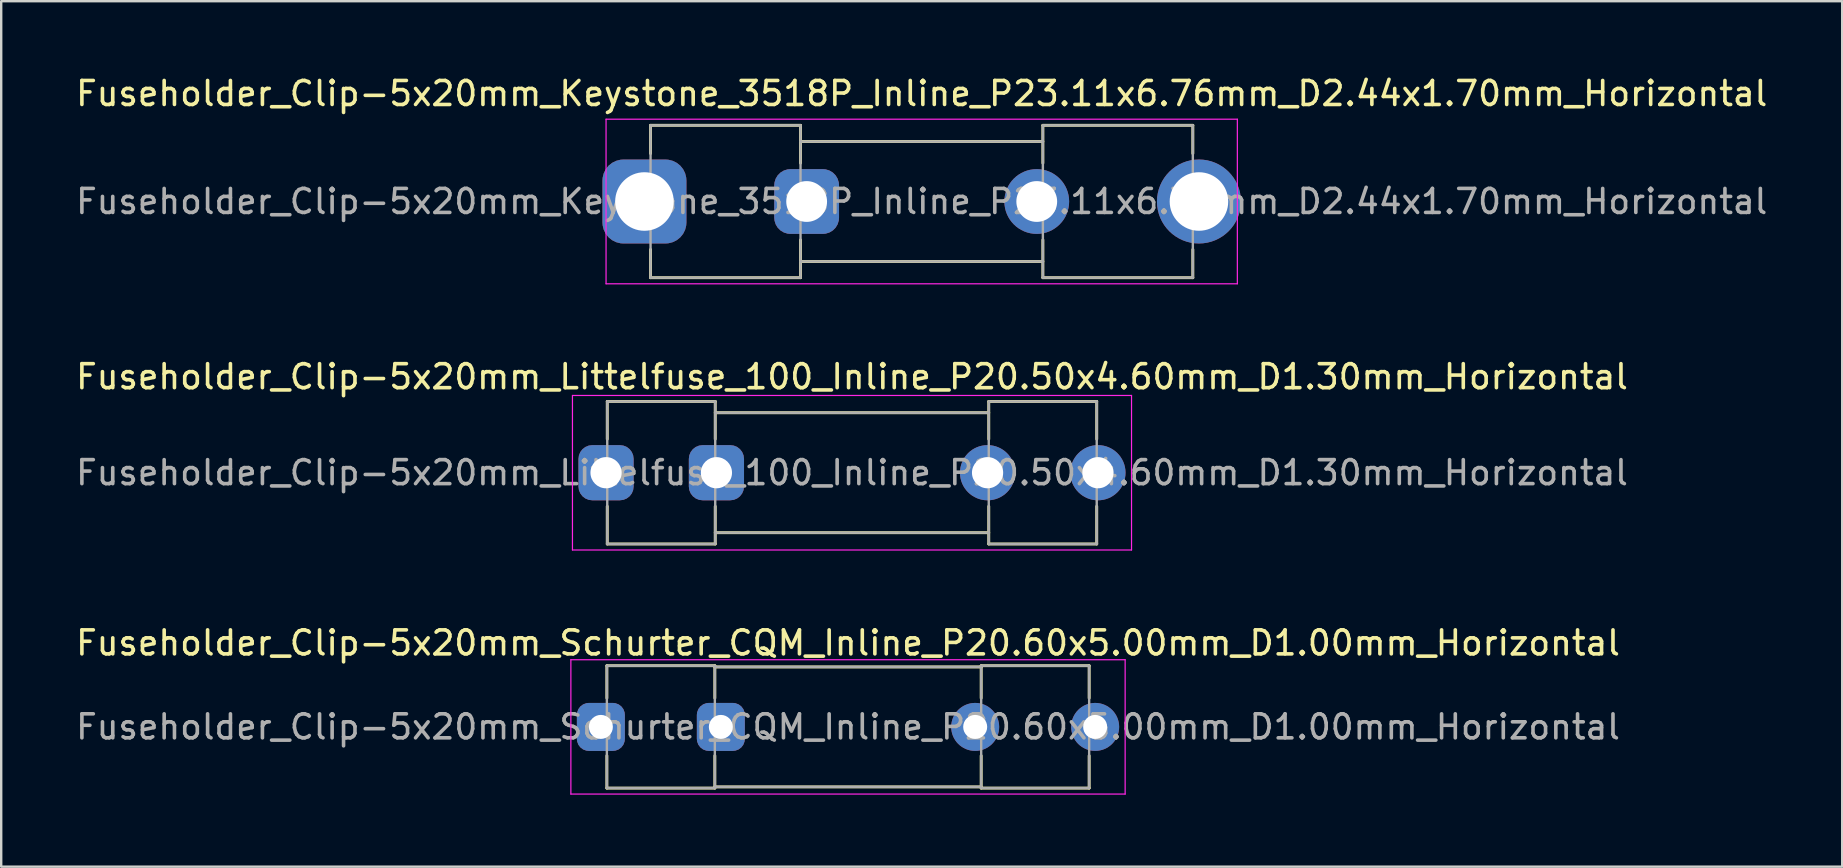
<source format=kicad_pcb>
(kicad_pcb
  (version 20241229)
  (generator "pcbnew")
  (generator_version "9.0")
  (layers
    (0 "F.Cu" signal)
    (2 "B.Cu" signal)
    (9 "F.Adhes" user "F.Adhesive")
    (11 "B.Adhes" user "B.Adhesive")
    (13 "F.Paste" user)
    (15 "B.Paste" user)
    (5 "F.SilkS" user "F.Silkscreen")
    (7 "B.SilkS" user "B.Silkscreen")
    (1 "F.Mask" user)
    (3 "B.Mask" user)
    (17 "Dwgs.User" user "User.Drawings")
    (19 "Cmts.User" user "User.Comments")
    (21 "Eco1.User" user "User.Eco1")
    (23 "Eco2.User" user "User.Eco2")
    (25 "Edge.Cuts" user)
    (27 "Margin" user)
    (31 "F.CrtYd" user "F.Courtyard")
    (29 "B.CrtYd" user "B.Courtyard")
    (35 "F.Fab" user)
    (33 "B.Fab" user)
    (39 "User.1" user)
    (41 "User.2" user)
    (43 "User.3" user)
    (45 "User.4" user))
  (footprint "Fuseholder_Clip-5x20mm_Littelfuse_100_Inline_P20.50x4.60mm_D1.30mm_Horizontal"
    (layer "F.Cu")
    (at 22.208 16.651)
    (property "Reference" "Fuseholder_Clip-5x20mm_Littelfuse_100_Inline_P20.50x4.60mm_D1.30mm_Horizontal" (at 10.25 -4 0) (layer "F.SilkS") (effects (font (size 1 1) (thickness 0.15))))
    (attr through_hole)
    (fp_line (start 0.05 -2.97) (end 0.05 -1.4) (stroke (width 0.12) (type solid)) (layer "F.SilkS"))
    (fp_line (start 0.05 2.97) (end 0.05 1.4) (stroke (width 0.12) (type solid)) (layer "F.SilkS"))
    (fp_line (start 4.55 -2.97) (end 0.05 -2.97) (stroke (width 0.12) (type solid)) (layer "F.SilkS"))
    (fp_line (start 4.55 -2.97) (end 4.55 -1.4) (stroke (width 0.12) (type solid)) (layer "F.SilkS"))
    (fp_line (start 4.55 2.97) (end 0.05 2.97) (stroke (width 0.12) (type solid)) (layer "F.SilkS"))
    (fp_line (start 4.55 2.97) (end 4.55 1.4) (stroke (width 0.12) (type solid)) (layer "F.SilkS"))
    (fp_line (start 15.95 -2.97) (end 15.95 -1.4) (stroke (width 0.12) (type solid)) (layer "F.SilkS"))
    (fp_line (start 15.95 -2.5) (end 4.55 -2.5) (stroke (width 0.12) (type solid)) (layer "F.SilkS"))
    (fp_line (start 15.95 2.5) (end 4.55 2.5) (stroke (width 0.12) (type solid)) (layer "F.SilkS"))
    (fp_line (start 15.95 2.97) (end 15.95 1.4) (stroke (width 0.12) (type solid)) (layer "F.SilkS"))
    (fp_line (start 15.95 2.97) (end 20.45 2.97) (stroke (width 0.12) (type solid)) (layer "F.SilkS"))
    (fp_line (start 20.45 -2.97) (end 15.95 -2.97) (stroke (width 0.12) (type solid)) (layer "F.SilkS"))
    (fp_line (start 20.45 -1.4) (end 20.45 -2.97) (stroke (width 0.12) (type solid)) (layer "F.SilkS"))
    (fp_line (start 20.45 1.4) (end 20.45 2.97) (stroke (width 0.12) (type solid)) (layer "F.SilkS"))
    (fp_line (start -1.4 -3.22) (end -1.4 3.22) (stroke (width 0.05) (type solid)) (layer "F.CrtYd"))
    (fp_line (start -1.4 -3.22) (end 21.9 -3.22) (stroke (width 0.05) (type solid)) (layer "F.CrtYd"))
    (fp_line (start 21.9 3.22) (end -1.4 3.22) (stroke (width 0.05) (type solid)) (layer "F.CrtYd"))
    (fp_line (start 21.9 3.22) (end 21.9 -3.22) (stroke (width 0.05) (type solid)) (layer "F.CrtYd"))
    (fp_line (start 0.05 -2.97) (end 4.55 -2.97) (stroke (width 0.1) (type solid)) (layer "F.Fab"))
    (fp_line (start 0.05 2.97) (end 0.05 -2.97) (stroke (width 0.1) (type solid)) (layer "F.Fab"))
    (fp_line (start 4.55 -2.97) (end 4.55 2.97) (stroke (width 0.1) (type solid)) (layer "F.Fab"))
    (fp_line (start 4.55 -2.5) (end 15.95 -2.5) (stroke (width 0.1) (type solid)) (layer "F.Fab"))
    (fp_line (start 4.55 2.97) (end 0.05 2.97) (stroke (width 0.1) (type solid)) (layer "F.Fab"))
    (fp_line (start 15.95 -2.97) (end 15.95 2.97) (stroke (width 0.1) (type solid)) (layer "F.Fab"))
    (fp_line (start 15.95 2.5) (end 4.55 2.5) (stroke (width 0.1) (type solid)) (layer "F.Fab"))
    (fp_line (start 15.95 2.97) (end 20.45 2.97) (stroke (width 0.1) (type solid)) (layer "F.Fab"))
    (fp_line (start 20.45 -2.97) (end 15.95 -2.97) (stroke (width 0.1) (type solid)) (layer "F.Fab"))
    (fp_line (start 20.45 2.97) (end 20.45 -2.97) (stroke (width 0.1) (type solid)) (layer "F.Fab"))
    (fp_text user "${REFERENCE}" (at 10.25 0 0) (layer "F.Fab") (effects (font (size 1 1) (thickness 0.15))))
    (pad "1" thru_hole roundrect (at 0 0) (size 2.3 2.3) (drill 1.3) (layers "*.Cu" "*.Mask") (roundrect_rratio 0.25))
    (pad "1" thru_hole roundrect (at 4.6 0) (size 2.3 2.3) (drill 1.3) (layers "*.Cu" "*.Mask") (roundrect_rratio 0.25))
    (pad "2" thru_hole circle (at 15.9 0) (size 2.3 2.3) (drill 1.3) (layers "*.Cu" "*.Mask"))
    (pad "2" thru_hole circle (at 20.5 0) (size 2.3 2.3) (drill 1.3) (layers "*.Cu" "*.Mask")))
  (footprint "Fuseholder_Clip-5x20mm_Keystone_3518P_Inline_P23.11x6.76mm_D2.44x1.70mm_Horizontal"
    (layer "F.Cu")
    (at 23.808 5.348)
    (property "Reference" "Fuseholder_Clip-5x20mm_Keystone_3518P_Inline_P23.11x6.76mm_D2.44x1.70mm_Horizontal" (at 11.555 -4.5 0) (layer "F.SilkS") (effects (font (size 1 1) (thickness 0.15))))
    (attr through_hole)
    (fp_line (start 0.255 -3.175) (end 0.255 -2) (stroke (width 0.12) (type solid)) (layer "F.SilkS"))
    (fp_line (start 0.255 3.175) (end 0.255 2) (stroke (width 0.12) (type solid)) (layer "F.SilkS"))
    (fp_line (start 6.505 -3.175) (end 0.255 -3.175) (stroke (width 0.12) (type solid)) (layer "F.SilkS"))
    (fp_line (start 6.505 -3.175) (end 6.505 -1.6) (stroke (width 0.12) (type solid)) (layer "F.SilkS"))
    (fp_line (start 6.505 3.175) (end 0.255 3.175) (stroke (width 0.12) (type solid)) (layer "F.SilkS"))
    (fp_line (start 6.505 3.175) (end 6.505 1.6) (stroke (width 0.12) (type solid)) (layer "F.SilkS"))
    (fp_line (start 16.605 -3.175) (end 16.605 -1.6) (stroke (width 0.12) (type solid)) (layer "F.SilkS"))
    (fp_line (start 16.605 -2.5) (end 6.505 -2.5) (stroke (width 0.12) (type solid)) (layer "F.SilkS"))
    (fp_line (start 16.605 2.5) (end 6.505 2.5) (stroke (width 0.12) (type solid)) (layer "F.SilkS"))
    (fp_line (start 16.605 3.175) (end 16.605 1.6) (stroke (width 0.12) (type solid)) (layer "F.SilkS"))
    (fp_line (start 16.605 3.175) (end 22.855 3.175) (stroke (width 0.12) (type solid)) (layer "F.SilkS"))
    (fp_line (start 22.855 -3.175) (end 16.605 -3.175) (stroke (width 0.12) (type solid)) (layer "F.SilkS"))
    (fp_line (start 22.855 -2) (end 22.855 -3.175) (stroke (width 0.12) (type solid)) (layer "F.SilkS"))
    (fp_line (start 22.855 2) (end 22.855 3.175) (stroke (width 0.12) (type solid)) (layer "F.SilkS"))
    (fp_line (start -1.6 -3.43) (end -1.6 3.43) (stroke (width 0.05) (type solid)) (layer "F.CrtYd"))
    (fp_line (start -1.6 -3.43) (end 24.71 -3.43) (stroke (width 0.05) (type solid)) (layer "F.CrtYd"))
    (fp_line (start 24.71 3.43) (end -1.6 3.43) (stroke (width 0.05) (type solid)) (layer "F.CrtYd"))
    (fp_line (start 24.71 3.43) (end 24.71 -3.43) (stroke (width 0.05) (type solid)) (layer "F.CrtYd"))
    (fp_line (start 0.255 -3.175) (end 6.505 -3.175) (stroke (width 0.1) (type solid)) (layer "F.Fab"))
    (fp_line (start 0.255 3.175) (end 0.255 -3.175) (stroke (width 0.1) (type solid)) (layer "F.Fab"))
    (fp_line (start 6.505 -3.175) (end 6.505 3.175) (stroke (width 0.1) (type solid)) (layer "F.Fab"))
    (fp_line (start 6.505 -2.5) (end 16.605 -2.5) (stroke (width 0.1) (type solid)) (layer "F.Fab"))
    (fp_line (start 6.505 3.175) (end 0.255 3.175) (stroke (width 0.1) (type solid)) (layer "F.Fab"))
    (fp_line (start 16.605 -3.175) (end 16.605 3.175) (stroke (width 0.1) (type solid)) (layer "F.Fab"))
    (fp_line (start 16.605 2.5) (end 6.505 2.5) (stroke (width 0.1) (type solid)) (layer "F.Fab"))
    (fp_line (start 16.605 3.175) (end 22.855 3.175) (stroke (width 0.1) (type solid)) (layer "F.Fab"))
    (fp_line (start 22.855 -3.175) (end 16.605 -3.175) (stroke (width 0.1) (type solid)) (layer "F.Fab"))
    (fp_line (start 22.855 3.175) (end 22.855 -3.175) (stroke (width 0.1) (type solid)) (layer "F.Fab"))
    (fp_text user "${REFERENCE}" (at 11.555 0 0) (layer "F.Fab") (effects (font (size 1 1) (thickness 0.15))))
    (pad "1" thru_hole roundrect (at 0 0) (size 3.5 3.5) (drill 2.44) (layers "*.Cu" "*.Mask") (roundrect_rratio 0.25))
    (pad "1" thru_hole roundrect (at 6.76 0) (size 2.7 2.7) (drill 1.7) (layers "*.Cu" "*.Mask") (roundrect_rratio 0.25))
    (pad "2" thru_hole circle (at 16.35 0) (size 2.7 2.7) (drill 1.7) (layers "*.Cu" "*.Mask"))
    (pad "2" thru_hole circle (at 23.11 0) (size 3.5 3.5) (drill 2.44) (layers "*.Cu" "*.Mask")))
  (footprint "Fuseholder_Clip-5x20mm_Schurter_CQM_Inline_P20.60x5.00mm_D1.00mm_Horizontal"
    (layer "F.Cu")
    (at 21.992 27.245)
    (property "Reference" "Fuseholder_Clip-5x20mm_Schurter_CQM_Inline_P20.60x5.00mm_D1.00mm_Horizontal" (at 10.3 -3.5 0) (layer "F.SilkS") (effects (font (size 1 1) (thickness 0.15))))
    (attr through_hole)
    (fp_line (start 0.25 -2.55) (end 0.25 -1.2) (stroke (width 0.12) (type solid)) (layer "F.SilkS"))
    (fp_line (start 0.25 2.55) (end 0.25 1.2) (stroke (width 0.12) (type solid)) (layer "F.SilkS"))
    (fp_line (start 4.75 -2.55) (end 0.25 -2.55) (stroke (width 0.12) (type solid)) (layer "F.SilkS"))
    (fp_line (start 4.75 -2.55) (end 4.75 -1.2) (stroke (width 0.12) (type solid)) (layer "F.SilkS"))
    (fp_line (start 4.75 2.55) (end 0.25 2.55) (stroke (width 0.12) (type solid)) (layer "F.SilkS"))
    (fp_line (start 4.75 2.55) (end 4.75 1.2) (stroke (width 0.12) (type solid)) (layer "F.SilkS"))
    (fp_line (start 15.85 -2.55) (end 15.85 -1.2) (stroke (width 0.12) (type solid)) (layer "F.SilkS"))
    (fp_line (start 15.85 -2.5) (end 4.75 -2.5) (stroke (width 0.12) (type solid)) (layer "F.SilkS"))
    (fp_line (start 15.85 2.5) (end 4.75 2.5) (stroke (width 0.12) (type solid)) (layer "F.SilkS"))
    (fp_line (start 15.85 2.55) (end 15.85 1.2) (stroke (width 0.12) (type solid)) (layer "F.SilkS"))
    (fp_line (start 15.85 2.55) (end 20.35 2.55) (stroke (width 0.12) (type solid)) (layer "F.SilkS"))
    (fp_line (start 20.35 -2.55) (end 15.85 -2.55) (stroke (width 0.12) (type solid)) (layer "F.SilkS"))
    (fp_line (start 20.35 -1.2) (end 20.35 -2.55) (stroke (width 0.12) (type solid)) (layer "F.SilkS"))
    (fp_line (start 20.35 1.2) (end 20.35 2.55) (stroke (width 0.12) (type solid)) (layer "F.SilkS"))
    (fp_line (start -1.25 -2.8) (end -1.25 2.8) (stroke (width 0.05) (type solid)) (layer "F.CrtYd"))
    (fp_line (start -1.25 -2.8) (end 21.85 -2.8) (stroke (width 0.05) (type solid)) (layer "F.CrtYd"))
    (fp_line (start 21.85 2.8) (end -1.25 2.8) (stroke (width 0.05) (type solid)) (layer "F.CrtYd"))
    (fp_line (start 21.85 2.8) (end 21.85 -2.8) (stroke (width 0.05) (type solid)) (layer "F.CrtYd"))
    (fp_line (start 0.25 -2.55) (end 4.75 -2.55) (stroke (width 0.1) (type solid)) (layer "F.Fab"))
    (fp_line (start 0.25 2.55) (end 0.25 -2.55) (stroke (width 0.1) (type solid)) (layer "F.Fab"))
    (fp_line (start 4.75 -2.55) (end 4.75 2.55) (stroke (width 0.1) (type solid)) (layer "F.Fab"))
    (fp_line (start 4.75 -2.5) (end 15.85 -2.5) (stroke (width 0.1) (type solid)) (layer "F.Fab"))
    (fp_line (start 4.75 2.55) (end 0.25 2.55) (stroke (width 0.1) (type solid)) (layer "F.Fab"))
    (fp_line (start 15.85 -2.55) (end 15.85 2.55) (stroke (width 0.1) (type solid)) (layer "F.Fab"))
    (fp_line (start 15.85 2.5) (end 4.75 2.5) (stroke (width 0.1) (type solid)) (layer "F.Fab"))
    (fp_line (start 15.85 2.55) (end 20.35 2.55) (stroke (width 0.1) (type solid)) (layer "F.Fab"))
    (fp_line (start 20.35 -2.55) (end 15.85 -2.55) (stroke (width 0.1) (type solid)) (layer "F.Fab"))
    (fp_line (start 20.35 2.55) (end 20.35 -2.55) (stroke (width 0.1) (type solid)) (layer "F.Fab"))
    (fp_text user "${REFERENCE}" (at 10.3 0 0) (layer "F.Fab") (effects (font (size 1 1) (thickness 0.15))))
    (pad "1" thru_hole roundrect (at 0 0) (size 2 2) (drill 1) (layers "*.Cu" "*.Mask") (roundrect_rratio 0.25))
    (pad "1" thru_hole roundrect (at 5 0) (size 2 2) (drill 1) (layers "*.Cu" "*.Mask") (roundrect_rratio 0.25))
    (pad "2" thru_hole circle (at 15.6 0) (size 2 2) (drill 1) (layers "*.Cu" "*.Mask"))
    (pad "2" thru_hole circle (at 20.6 0) (size 2 2) (drill 1) (layers "*.Cu" "*.Mask")))
  (gr_rect
    (start -3 -3)
    (end 73.726 33.07)
    (stroke (width 0.1) (type default))
    (fill no)
    (layer "Edge.Cuts")))
</source>
